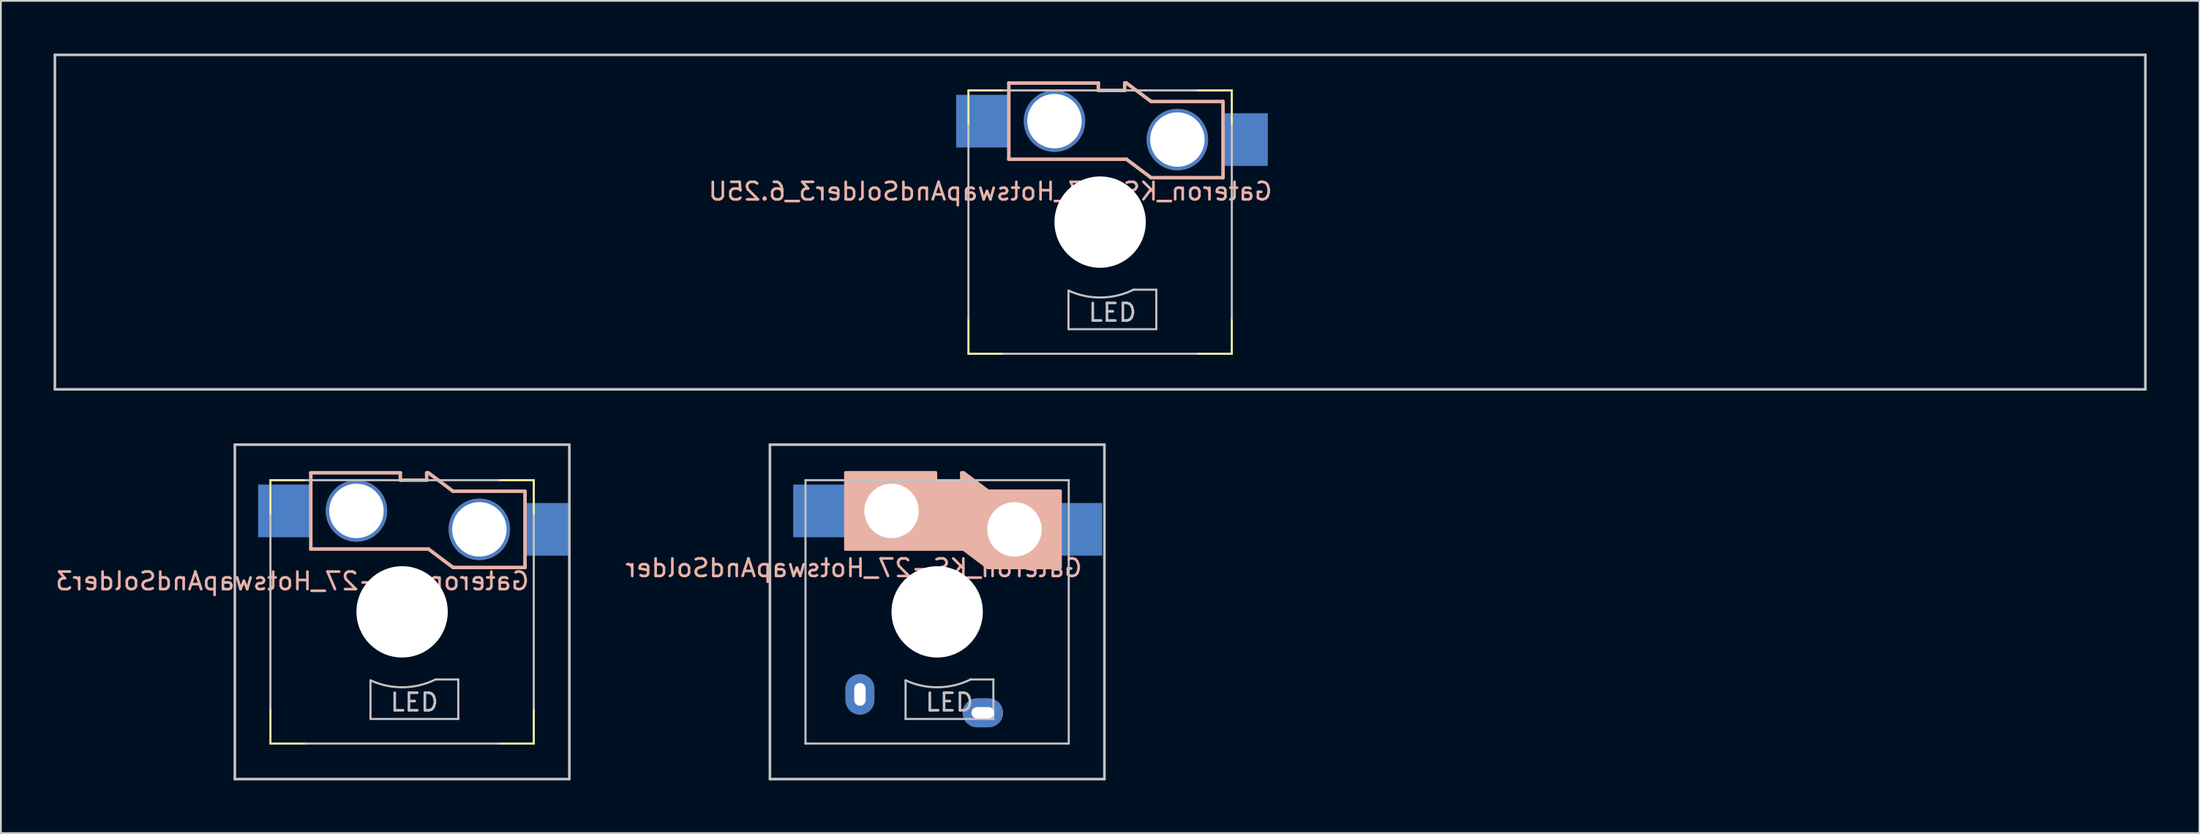
<source format=kicad_pcb>
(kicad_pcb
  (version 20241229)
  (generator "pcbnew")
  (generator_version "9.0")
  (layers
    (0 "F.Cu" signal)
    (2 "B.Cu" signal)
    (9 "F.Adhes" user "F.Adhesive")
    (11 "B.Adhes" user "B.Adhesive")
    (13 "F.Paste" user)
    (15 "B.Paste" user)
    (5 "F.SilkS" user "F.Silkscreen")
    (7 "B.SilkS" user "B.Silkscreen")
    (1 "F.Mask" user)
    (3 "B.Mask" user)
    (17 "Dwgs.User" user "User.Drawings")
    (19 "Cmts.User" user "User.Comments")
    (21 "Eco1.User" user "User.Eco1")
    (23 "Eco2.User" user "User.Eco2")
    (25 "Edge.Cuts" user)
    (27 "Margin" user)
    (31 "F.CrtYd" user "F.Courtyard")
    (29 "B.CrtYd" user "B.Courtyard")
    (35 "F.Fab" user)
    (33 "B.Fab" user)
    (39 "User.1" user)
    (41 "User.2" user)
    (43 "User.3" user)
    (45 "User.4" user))
  (footprint "Gateron_KS-27_HotswapAndSolder"
    (layer "F.Cu")
    (at 50.326 31.8)
    (property "Reference" "Gateron_KS-27_HotswapAndSolder" (at -4.75 -2.5 0) (unlocked yes) (layer "B.SilkS") (effects (font (size 1 1) (thickness 0.15)) (justify mirror)))
    (attr through_hole)
    (fp_line (start -5.2 -7.92) (end -0.1 -7.92) (stroke (width 0.2) (type solid)) (layer "B.SilkS"))
    (fp_line (start -5.2 -3.58) (end -5.2 -7.92) (stroke (width 0.2) (type solid)) (layer "B.SilkS"))
    (fp_line (start -5.2 -3.58) (end 1.5 -3.58) (stroke (width 0.2) (type solid)) (layer "B.SilkS"))
    (fp_line (start -5.06 -7.888) (end -5.06 -3.721) (stroke (width 0.2) (type solid)) (layer "B.SilkS"))
    (fp_line (start -4.911 -7.888) (end -4.911 -3.721) (stroke (width 0.2) (type solid)) (layer "B.SilkS"))
    (fp_line (start -4.762 -7.888) (end -4.762 -3.721) (stroke (width 0.2) (type solid)) (layer "B.SilkS"))
    (fp_line (start -4.614 -7.888) (end -4.614 -3.721) (stroke (width 0.2) (type solid)) (layer "B.SilkS"))
    (fp_line (start -4.465 -7.888) (end -4.465 -3.721) (stroke (width 0.2) (type solid)) (layer "B.SilkS"))
    (fp_line (start -4.316 -7.888) (end -4.316 -3.721) (stroke (width 0.2) (type solid)) (layer "B.SilkS"))
    (fp_line (start -4.167 -7.888) (end -4.167 -3.721) (stroke (width 0.2) (type solid)) (layer "B.SilkS"))
    (fp_line (start -4.018 -7.888) (end -4.018 -3.721) (stroke (width 0.2) (type solid)) (layer "B.SilkS"))
    (fp_line (start -3.87 -7.888) (end -3.87 -3.721) (stroke (width 0.2) (type solid)) (layer "B.SilkS"))
    (fp_line (start -3.721 -7.888) (end -3.721 -3.721) (stroke (width 0.2) (type solid)) (layer "B.SilkS"))
    (fp_line (start -3.572 -7.888) (end -3.572 -3.721) (stroke (width 0.2) (type solid)) (layer "B.SilkS"))
    (fp_line (start -3.423 -7.888) (end -3.423 -3.721) (stroke (width 0.2) (type solid)) (layer "B.SilkS"))
    (fp_line (start -3.274 -7.888) (end -3.274 -3.721) (stroke (width 0.2) (type solid)) (layer "B.SilkS"))
    (fp_line (start -3.125 -7.888) (end -3.125 -3.721) (stroke (width 0.2) (type solid)) (layer "B.SilkS"))
    (fp_line (start -2.977 -7.888) (end -2.977 -3.721) (stroke (width 0.2) (type solid)) (layer "B.SilkS"))
    (fp_line (start -2.828 -7.888) (end -2.828 -3.721) (stroke (width 0.2) (type solid)) (layer "B.SilkS"))
    (fp_line (start -2.679 -7.888) (end -2.679 -3.721) (stroke (width 0.2) (type solid)) (layer "B.SilkS"))
    (fp_line (start -2.53 -7.888) (end -2.53 -3.721) (stroke (width 0.2) (type solid)) (layer "B.SilkS"))
    (fp_line (start -2.381 -7.888) (end -2.381 -3.721) (stroke (width 0.2) (type solid)) (layer "B.SilkS"))
    (fp_line (start -2.232 -7.888) (end -2.232 -3.721) (stroke (width 0.2) (type solid)) (layer "B.SilkS"))
    (fp_line (start -2.084 -7.888) (end -2.084 -3.721) (stroke (width 0.2) (type solid)) (layer "B.SilkS"))
    (fp_line (start -1.935 -7.888) (end -1.935 -3.721) (stroke (width 0.2) (type solid)) (layer "B.SilkS"))
    (fp_line (start -1.786 -7.888) (end -1.786 -3.721) (stroke (width 0.2) (type solid)) (layer "B.SilkS"))
    (fp_line (start -1.637 -7.888) (end -1.637 -3.721) (stroke (width 0.2) (type solid)) (layer "B.SilkS"))
    (fp_line (start -1.488 -7.888) (end -1.488 -3.721) (stroke (width 0.2) (type solid)) (layer "B.SilkS"))
    (fp_line (start -1.339 -7.888) (end -1.339 -3.721) (stroke (width 0.2) (type solid)) (layer "B.SilkS"))
    (fp_line (start -1.191 -7.888) (end -1.191 -3.721) (stroke (width 0.2) (type solid)) (layer "B.SilkS"))
    (fp_line (start -1.042 -7.888) (end -1.042 -3.721) (stroke (width 0.2) (type solid)) (layer "B.SilkS"))
    (fp_line (start -0.893 -7.888) (end -0.893 -3.721) (stroke (width 0.2) (type solid)) (layer "B.SilkS"))
    (fp_line (start -0.744 -7.888) (end -0.744 -3.721) (stroke (width 0.2) (type solid)) (layer "B.SilkS"))
    (fp_line (start -0.595 -7.888) (end -0.595 -3.721) (stroke (width 0.2) (type solid)) (layer "B.SilkS"))
    (fp_line (start -0.446 -7.888) (end -0.446 -3.721) (stroke (width 0.2) (type solid)) (layer "B.SilkS"))
    (fp_line (start -0.298 -7.888) (end -0.298 -3.721) (stroke (width 0.2) (type solid)) (layer "B.SilkS"))
    (fp_line (start -0.149 -7.888) (end -0.149 -3.721) (stroke (width 0.2) (type solid)) (layer "B.SilkS"))
    (fp_line (start -0.1 -7.441) (end -0.1 -7.92) (stroke (width 0.2) (type solid)) (layer "B.SilkS"))
    (fp_line (start -0.1 -7.441) (end 1.4 -7.441) (stroke (width 0.2) (type solid)) (layer "B.SilkS"))
    (fp_line (start 0 -7.441) (end 0 -3.721) (stroke (width 0.2) (type solid)) (layer "B.SilkS"))
    (fp_line (start 0.149 -7.441) (end 0.149 -3.721) (stroke (width 0.2) (type solid)) (layer "B.SilkS"))
    (fp_line (start 0.298 -7.441) (end 0.298 -3.721) (stroke (width 0.2) (type solid)) (layer "B.SilkS"))
    (fp_line (start 0.446 -7.441) (end 0.446 -3.721) (stroke (width 0.2) (type solid)) (layer "B.SilkS"))
    (fp_line (start 0.595 -7.441) (end 0.595 -3.721) (stroke (width 0.2) (type solid)) (layer "B.SilkS"))
    (fp_line (start 0.744 -7.441) (end 0.744 -3.721) (stroke (width 0.2) (type solid)) (layer "B.SilkS"))
    (fp_line (start 0.893 -7.441) (end 0.893 -3.721) (stroke (width 0.2) (type solid)) (layer "B.SilkS"))
    (fp_line (start 1.042 -7.441) (end 1.042 -3.721) (stroke (width 0.2) (type solid)) (layer "B.SilkS"))
    (fp_line (start 1.191 -7.293) (end 1.191 -3.721) (stroke (width 0.2) (type solid)) (layer "B.SilkS"))
    (fp_line (start 1.339 -7.293) (end 1.339 -3.721) (stroke (width 0.2) (type solid)) (layer "B.SilkS"))
    (fp_line (start 1.4 -7.441) (end 1.4 -7.92) (stroke (width 0.2) (type solid)) (layer "B.SilkS"))
    (fp_line (start 1.488 -7.888) (end 1.488 -3.721) (stroke (width 0.2) (type solid)) (layer "B.SilkS"))
    (fp_line (start 1.5 -7.92) (end 1.4 -7.92) (stroke (width 0.2) (type solid)) (layer "B.SilkS"))
    (fp_line (start 1.5 -7.92) (end 2.9 -6.87) (stroke (width 0.2) (type solid)) (layer "B.SilkS"))
    (fp_line (start 1.5 -3.58) (end 2.9 -2.53) (stroke (width 0.2) (type solid)) (layer "B.SilkS"))
    (fp_line (start 1.637 -7.739) (end 1.637 -3.572) (stroke (width 0.2) (type solid)) (layer "B.SilkS"))
    (fp_line (start 1.786 -7.59) (end 1.786 -3.423) (stroke (width 0.2) (type solid)) (layer "B.SilkS"))
    (fp_line (start 1.935 -7.59) (end 1.935 -3.274) (stroke (width 0.2) (type solid)) (layer "B.SilkS"))
    (fp_line (start 2.084 -7.441) (end 2.084 -3.274) (stroke (width 0.2) (type solid)) (layer "B.SilkS"))
    (fp_line (start 2.232 -7.293) (end 2.232 -3.125) (stroke (width 0.2) (type solid)) (layer "B.SilkS"))
    (fp_line (start 2.381 -7.144) (end 2.381 -2.977) (stroke (width 0.2) (type solid)) (layer "B.SilkS"))
    (fp_line (start 2.53 -7.144) (end 2.53 -2.828) (stroke (width 0.2) (type solid)) (layer "B.SilkS"))
    (fp_line (start 2.679 -6.995) (end 2.679 -2.828) (stroke (width 0.2) (type solid)) (layer "B.SilkS"))
    (fp_line (start 2.828 -6.846) (end 2.828 -2.679) (stroke (width 0.2) (type solid)) (layer "B.SilkS"))
    (fp_line (start 2.9 -6.87) (end 7 -6.87) (stroke (width 0.2) (type solid)) (layer "B.SilkS"))
    (fp_line (start 2.9 -2.53) (end 7 -2.53) (stroke (width 0.2) (type solid)) (layer "B.SilkS"))
    (fp_line (start 2.977 -6.846) (end 2.977 -2.679) (stroke (width 0.2) (type solid)) (layer "B.SilkS"))
    (fp_line (start 3.125 -6.846) (end 3.125 -2.679) (stroke (width 0.2) (type solid)) (layer "B.SilkS"))
    (fp_line (start 3.274 -6.846) (end 3.274 -2.679) (stroke (width 0.2) (type solid)) (layer "B.SilkS"))
    (fp_line (start 3.423 -6.846) (end 3.423 -2.679) (stroke (width 0.2) (type solid)) (layer "B.SilkS"))
    (fp_line (start 3.572 -6.846) (end 3.572 -2.679) (stroke (width 0.2) (type solid)) (layer "B.SilkS"))
    (fp_line (start 3.721 -6.846) (end 3.721 -2.679) (stroke (width 0.2) (type solid)) (layer "B.SilkS"))
    (fp_line (start 3.87 -6.846) (end 3.87 -2.679) (stroke (width 0.2) (type solid)) (layer "B.SilkS"))
    (fp_line (start 4.018 -6.846) (end 4.018 -2.679) (stroke (width 0.2) (type solid)) (layer "B.SilkS"))
    (fp_line (start 4.167 -6.846) (end 4.167 -2.679) (stroke (width 0.2) (type solid)) (layer "B.SilkS"))
    (fp_line (start 4.316 -6.846) (end 4.316 -2.679) (stroke (width 0.2) (type solid)) (layer "B.SilkS"))
    (fp_line (start 4.465 -6.846) (end 4.465 -2.679) (stroke (width 0.2) (type solid)) (layer "B.SilkS"))
    (fp_line (start 4.614 -6.846) (end 4.614 -2.679) (stroke (width 0.2) (type solid)) (layer "B.SilkS"))
    (fp_line (start 4.762 -6.87) (end 4.762 -2.53) (stroke (width 0.2) (type solid)) (layer "B.SilkS"))
    (fp_line (start 4.911 -6.87) (end 4.911 -2.53) (stroke (width 0.2) (type solid)) (layer "B.SilkS"))
    (fp_line (start 5.06 -6.87) (end 5.06 -2.53) (stroke (width 0.2) (type solid)) (layer "B.SilkS"))
    (fp_line (start 5.209 -6.87) (end 5.209 -2.53) (stroke (width 0.2) (type solid)) (layer "B.SilkS"))
    (fp_line (start 5.358 -6.87) (end 5.358 -2.53) (stroke (width 0.2) (type solid)) (layer "B.SilkS"))
    (fp_line (start 5.507 -6.87) (end 5.507 -2.53) (stroke (width 0.2) (type solid)) (layer "B.SilkS"))
    (fp_line (start 5.655 -6.87) (end 5.655 -2.53) (stroke (width 0.2) (type solid)) (layer "B.SilkS"))
    (fp_line (start 5.804 -6.87) (end 5.804 -2.53) (stroke (width 0.2) (type solid)) (layer "B.SilkS"))
    (fp_line (start 5.953 -6.87) (end 5.953 -2.53) (stroke (width 0.2) (type solid)) (layer "B.SilkS"))
    (fp_line (start 6.102 -6.87) (end 6.102 -2.53) (stroke (width 0.2) (type solid)) (layer "B.SilkS"))
    (fp_line (start 6.251 -6.87) (end 6.251 -2.53) (stroke (width 0.2) (type solid)) (layer "B.SilkS"))
    (fp_line (start 6.4 -6.87) (end 6.4 -2.53) (stroke (width 0.2) (type solid)) (layer "B.SilkS"))
    (fp_line (start 6.548 -6.87) (end 6.548 -2.53) (stroke (width 0.2) (type solid)) (layer "B.SilkS"))
    (fp_line (start 6.697 -6.87) (end 6.697 -2.53) (stroke (width 0.2) (type solid)) (layer "B.SilkS"))
    (fp_line (start 6.846 -6.87) (end 6.846 -2.53) (stroke (width 0.2) (type solid)) (layer "B.SilkS"))
    (fp_line (start 7 -6.87) (end 7 -2.53) (stroke (width 0.2) (type solid)) (layer "B.SilkS"))
    (fp_line (start -9.525 -9.525) (end 9.525 -9.525) (stroke (width 0.15) (type solid)) (layer "Dwgs.User"))
    (fp_line (start -9.525 9.525) (end -9.525 -9.525) (stroke (width 0.15) (type solid)) (layer "Dwgs.User"))
    (fp_line (start -7.5 -7.5) (end -7.5 7.5) (stroke (width 0.12) (type solid)) (layer "Dwgs.User"))
    (fp_line (start -7.5 -7.5) (end 7.5 -7.5) (stroke (width 0.12) (type solid)) (layer "Dwgs.User"))
    (fp_line (start -1.8 3.9) (end -1.8 6.1) (stroke (width 0.12) (type solid)) (layer "Dwgs.User"))
    (fp_line (start -1.8 6.1) (end 3.2 6.1) (stroke (width 0.12) (type solid)) (layer "Dwgs.User"))
    (fp_line (start 1.91 3.85) (end 3.2 3.85) (stroke (width 0.12) (type solid)) (layer "Dwgs.User"))
    (fp_line (start 3.2 3.85) (end 3.2 6.1) (stroke (width 0.12) (type solid)) (layer "Dwgs.User"))
    (fp_line (start 7.493 7.5) (end -7.507 7.5) (stroke (width 0.12) (type solid)) (layer "Dwgs.User"))
    (fp_line (start 7.493 7.5) (end 7.493 -7.5) (stroke (width 0.12) (type solid)) (layer "Dwgs.User"))
    (fp_line (start 9.525 -9.525) (end 9.525 9.525) (stroke (width 0.15) (type solid)) (layer "Dwgs.User"))
    (fp_line (start 9.525 9.525) (end -9.525 9.525) (stroke (width 0.15) (type solid)) (layer "Dwgs.User"))
    (fp_arc (start 1.910873 3.846889) (mid 0.061469 4.294905) (end -1.799999 3.899999) (stroke (width 0.12) (type solid)) (layer "Dwgs.User"))
    (fp_text user "LED" (at 0.7 5.15 0) (layer "Dwgs.User") (effects (font (size 1 1) (thickness 0.15))))
    (pad "" np_thru_hole circle (at -2.6 -5.75) (size 3.1 3.1) (drill 3.1) (layers "*.Cu" "*.Mask"))
    (pad "" np_thru_hole circle (at 0 0 90) (size 5.2 5.2) (drill 5.2) (layers "*.Cu" "*.Mask"))
    (pad "" np_thru_hole circle (at 4.4 -4.7) (size 3.1 3.1) (drill 3.1) (layers "*.Cu" "*.Mask"))
    (pad "1" smd rect (at -6.7 -5.75) (size 3 3) (layers "B.Cu" "B.Mask" "B.Paste"))
    (pad "1" thru_hole oval (at 2.6 5.75 180) (size 2.3 1.65) (drill oval 1.3 0.65) (layers "*.Cu" "*.Mask"))
    (pad "2" thru_hole oval (at -4.4 4.7 180) (size 1.65 2.3) (drill oval 0.65 1.3) (layers "*.Cu" "*.Mask"))
    (pad "2" smd rect (at 8.2 -4.7) (size 2.4 3) (layers "B.Cu" "B.Mask" "B.Paste")))
  (footprint "Gateron_KS-27_HotswapAndSolder3_6.25U"
    (layer "F.Cu")
    (at 59.606 9.6)
    (property "Reference" "Gateron_KS-27_HotswapAndSolder3_6.25U" (at -6.25 -1.75 0) (layer "B.SilkS") (effects (font (size 1 1) (thickness 0.15)) (justify mirror)))
    (attr through_hole)
    (fp_line (start -7.5 -7.5) (end -7.5 -5.5) (stroke (width 0.12) (type solid)) (layer "F.SilkS"))
    (fp_line (start -7.5 -7.5) (end -5.5 -7.5) (stroke (width 0.12) (type solid)) (layer "F.SilkS"))
    (fp_line (start -7.5 7.5) (end -7.5 5.5) (stroke (width 0.12) (type solid)) (layer "F.SilkS"))
    (fp_line (start -7.5 7.5) (end -5.5 7.5) (stroke (width 0.12) (type solid)) (layer "F.SilkS"))
    (fp_line (start 7.5 -7.5) (end 5.5 -7.5) (stroke (width 0.12) (type solid)) (layer "F.SilkS"))
    (fp_line (start 7.5 -7.5) (end 7.5 -5.5) (stroke (width 0.12) (type solid)) (layer "F.SilkS"))
    (fp_line (start 7.5 7.5) (end 5.5 7.5) (stroke (width 0.12) (type solid)) (layer "F.SilkS"))
    (fp_line (start 7.5 7.5) (end 7.5 5.5) (stroke (width 0.12) (type solid)) (layer "F.SilkS"))
    (fp_line (start -5.2 -7.92) (end -0.1 -7.92) (stroke (width 0.2) (type solid)) (layer "B.SilkS"))
    (fp_line (start -5.2 -3.58) (end -5.2 -7.92) (stroke (width 0.2) (type solid)) (layer "B.SilkS"))
    (fp_line (start -5.2 -3.58) (end 1.5 -3.58) (stroke (width 0.2) (type solid)) (layer "B.SilkS"))
    (fp_line (start -0.1 -7.5) (end -0.1 -7.92) (stroke (width 0.2) (type solid)) (layer "B.SilkS"))
    (fp_line (start -0.1 -7.5) (end 1.4 -7.5) (stroke (width 0.2) (type solid)) (layer "B.SilkS"))
    (fp_line (start 1.4 -7.5) (end 1.4 -7.92) (stroke (width 0.2) (type solid)) (layer "B.SilkS"))
    (fp_line (start 1.5 -7.92) (end 1.4 -7.92) (stroke (width 0.2) (type solid)) (layer "B.SilkS"))
    (fp_line (start 1.5 -7.92) (end 2.9 -6.87) (stroke (width 0.2) (type solid)) (layer "B.SilkS"))
    (fp_line (start 1.5 -3.58) (end 2.9 -2.53) (stroke (width 0.2) (type solid)) (layer "B.SilkS"))
    (fp_line (start 2.9 -6.87) (end 7 -6.87) (stroke (width 0.2) (type solid)) (layer "B.SilkS"))
    (fp_line (start 2.9 -2.53) (end 7 -2.53) (stroke (width 0.2) (type solid)) (layer "B.SilkS"))
    (fp_line (start 7 -6.87) (end 7 -2.53) (stroke (width 0.2) (type solid)) (layer "B.SilkS"))
    (fp_line (start -59.531 -9.525) (end 59.531 -9.525) (stroke (width 0.15) (type solid)) (layer "Dwgs.User"))
    (fp_line (start -59.531 9.525) (end -59.531 -9.525) (stroke (width 0.15) (type solid)) (layer "Dwgs.User"))
    (fp_line (start -7.5 -5.5) (end -7.5 5.5) (stroke (width 0.12) (type solid)) (layer "Dwgs.User"))
    (fp_line (start -5.5 -7.5) (end 5.5 -7.5) (stroke (width 0.12) (type solid)) (layer "Dwgs.User"))
    (fp_line (start -1.8 3.9) (end -1.8 6.1) (stroke (width 0.12) (type solid)) (layer "Dwgs.User"))
    (fp_line (start -1.8 6.1) (end 3.2 6.1) (stroke (width 0.12) (type solid)) (layer "Dwgs.User"))
    (fp_line (start 1.91 3.85) (end 3.2 3.85) (stroke (width 0.12) (type solid)) (layer "Dwgs.User"))
    (fp_line (start 3.2 3.85) (end 3.2 6.1) (stroke (width 0.12) (type solid)) (layer "Dwgs.User"))
    (fp_line (start 5.5 7.5) (end -5.5 7.5) (stroke (width 0.12) (type solid)) (layer "Dwgs.User"))
    (fp_line (start 7.5 5.5) (end 7.5 -5.5) (stroke (width 0.12) (type solid)) (layer "Dwgs.User"))
    (fp_line (start 59.531 -9.525) (end 59.531 9.525) (stroke (width 0.15) (type solid)) (layer "Dwgs.User"))
    (fp_line (start 59.531 9.525) (end -59.531 9.525) (stroke (width 0.15) (type solid)) (layer "Dwgs.User"))
    (fp_arc (start 1.910873 3.846889) (mid 0.061469 4.294905) (end -1.799999 3.899999) (stroke (width 0.12) (type solid)) (layer "Dwgs.User"))
    (fp_text user "LED" (at 0.7 5.15 0) (layer "Dwgs.User") (effects (font (size 1 1) (thickness 0.15))))
    (pad "" np_thru_hole circle (at 0 0 90) (size 5.2 5.2) (drill 5.2) (layers "*.Cu" "*.Mask"))
    (pad "1" smd rect (at -6.7 -5.75) (size 3 3) (layers "B.Cu" "B.Mask" "B.Paste"))
    (pad "1" thru_hole circle (at -2.6 -5.75) (size 3.5 3.5) (drill 3.1) (layers "*.Cu" "*.Mask"))
    (pad "2" thru_hole circle (at 4.4 -4.7) (size 3.5 3.5) (drill 3.1) (layers "*.Cu" "*.Mask"))
    (pad "2" smd rect (at 8.275 -4.7) (size 2.55 3) (layers "B.Cu" "B.Mask" "B.Paste")))
  (footprint "Gateron_KS-27_HotswapAndSolder3"
    (layer "F.Cu")
    (at 19.851 31.8)
    (property "Reference" "Gateron_KS-27_HotswapAndSolder3" (at -6.25 -1.75 0) (layer "B.SilkS") (effects (font (size 1 1) (thickness 0.15)) (justify mirror)))
    (attr through_hole)
    (fp_line (start -7.5 -7.5) (end -7.5 -5.5) (stroke (width 0.12) (type solid)) (layer "F.SilkS"))
    (fp_line (start -7.5 -7.5) (end -5.5 -7.5) (stroke (width 0.12) (type solid)) (layer "F.SilkS"))
    (fp_line (start -7.5 7.5) (end -7.5 5.5) (stroke (width 0.12) (type solid)) (layer "F.SilkS"))
    (fp_line (start -7.5 7.5) (end -5.5 7.5) (stroke (width 0.12) (type solid)) (layer "F.SilkS"))
    (fp_line (start 7.5 -7.5) (end 5.5 -7.5) (stroke (width 0.12) (type solid)) (layer "F.SilkS"))
    (fp_line (start 7.5 -7.5) (end 7.5 -5.5) (stroke (width 0.12) (type solid)) (layer "F.SilkS"))
    (fp_line (start 7.5 7.5) (end 5.5 7.5) (stroke (width 0.12) (type solid)) (layer "F.SilkS"))
    (fp_line (start 7.5 7.5) (end 7.5 5.5) (stroke (width 0.12) (type solid)) (layer "F.SilkS"))
    (fp_line (start -5.2 -7.92) (end -0.1 -7.92) (stroke (width 0.2) (type solid)) (layer "B.SilkS"))
    (fp_line (start -5.2 -3.58) (end -5.2 -7.92) (stroke (width 0.2) (type solid)) (layer "B.SilkS"))
    (fp_line (start -5.2 -3.58) (end 1.5 -3.58) (stroke (width 0.2) (type solid)) (layer "B.SilkS"))
    (fp_line (start -0.1 -7.5) (end -0.1 -7.92) (stroke (width 0.2) (type solid)) (layer "B.SilkS"))
    (fp_line (start -0.1 -7.5) (end 1.4 -7.5) (stroke (width 0.2) (type solid)) (layer "B.SilkS"))
    (fp_line (start 1.4 -7.5) (end 1.4 -7.92) (stroke (width 0.2) (type solid)) (layer "B.SilkS"))
    (fp_line (start 1.5 -7.92) (end 1.4 -7.92) (stroke (width 0.2) (type solid)) (layer "B.SilkS"))
    (fp_line (start 1.5 -7.92) (end 2.9 -6.87) (stroke (width 0.2) (type solid)) (layer "B.SilkS"))
    (fp_line (start 1.5 -3.58) (end 2.9 -2.53) (stroke (width 0.2) (type solid)) (layer "B.SilkS"))
    (fp_line (start 2.9 -6.87) (end 7 -6.87) (stroke (width 0.2) (type solid)) (layer "B.SilkS"))
    (fp_line (start 2.9 -2.53) (end 7 -2.53) (stroke (width 0.2) (type solid)) (layer "B.SilkS"))
    (fp_line (start 7 -6.87) (end 7 -2.53) (stroke (width 0.2) (type solid)) (layer "B.SilkS"))
    (fp_line (start -9.525 -9.525) (end 9.525 -9.525) (stroke (width 0.15) (type solid)) (layer "Dwgs.User"))
    (fp_line (start -9.525 9.525) (end -9.525 -9.525) (stroke (width 0.15) (type solid)) (layer "Dwgs.User"))
    (fp_line (start -7.5 -5.5) (end -7.5 5.5) (stroke (width 0.12) (type solid)) (layer "Dwgs.User"))
    (fp_line (start -5.5 -7.5) (end 5.5 -7.5) (stroke (width 0.12) (type solid)) (layer "Dwgs.User"))
    (fp_line (start -1.8 3.9) (end -1.8 6.1) (stroke (width 0.12) (type solid)) (layer "Dwgs.User"))
    (fp_line (start -1.8 6.1) (end 3.2 6.1) (stroke (width 0.12) (type solid)) (layer "Dwgs.User"))
    (fp_line (start 1.91 3.85) (end 3.2 3.85) (stroke (width 0.12) (type solid)) (layer "Dwgs.User"))
    (fp_line (start 3.2 3.85) (end 3.2 6.1) (stroke (width 0.12) (type solid)) (layer "Dwgs.User"))
    (fp_line (start 5.5 7.5) (end -5.5 7.5) (stroke (width 0.12) (type solid)) (layer "Dwgs.User"))
    (fp_line (start 7.5 5.5) (end 7.5 -5.5) (stroke (width 0.12) (type solid)) (layer "Dwgs.User"))
    (fp_line (start 9.525 -9.525) (end 9.525 9.525) (stroke (width 0.15) (type solid)) (layer "Dwgs.User"))
    (fp_line (start 9.525 9.525) (end -9.525 9.525) (stroke (width 0.15) (type solid)) (layer "Dwgs.User"))
    (fp_arc (start 1.910873 3.846889) (mid 0.061469 4.294905) (end -1.799999 3.899999) (stroke (width 0.12) (type solid)) (layer "Dwgs.User"))
    (fp_text user "LED" (at 0.7 5.15 0) (layer "Dwgs.User") (effects (font (size 1 1) (thickness 0.15))))
    (pad "" np_thru_hole circle (at 0 0 90) (size 5.2 5.2) (drill 5.2) (layers "*.Cu" "*.Mask"))
    (pad "1" smd rect (at -6.7 -5.75) (size 3 3) (layers "B.Cu" "B.Mask" "B.Paste"))
    (pad "1" thru_hole circle (at -2.6 -5.75) (size 3.5 3.5) (drill 3.1) (layers "*.Cu" "*.Mask"))
    (pad "2" thru_hole circle (at 4.4 -4.7) (size 3.5 3.5) (drill 3.1) (layers "*.Cu" "*.Mask"))
    (pad "2" smd rect (at 8.275 -4.7) (size 2.55 3) (layers "B.Cu" "B.Mask" "B.Paste")))
  (gr_rect
    (start -3 -3)
    (end 122.213 44.4)
    (stroke (width 0.1) (type default))
    (fill no)
    (layer "Edge.Cuts")))
</source>
